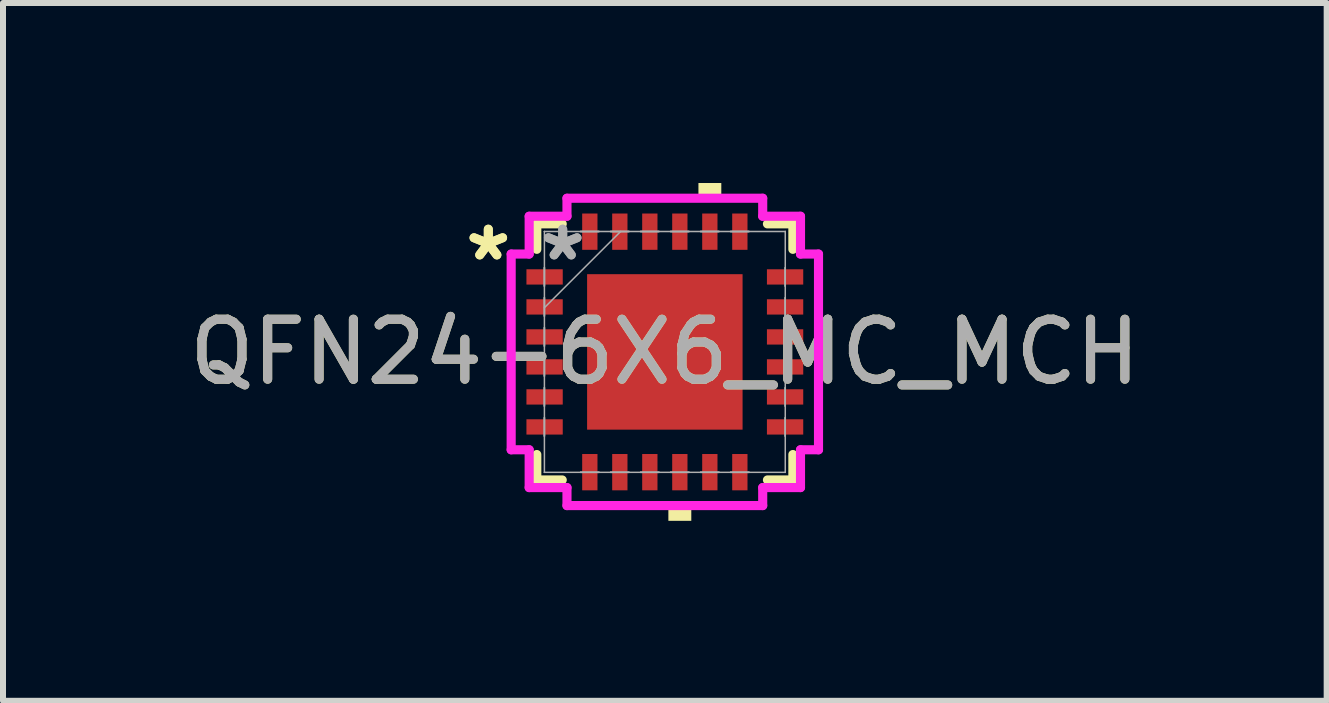
<source format=kicad_pcb>
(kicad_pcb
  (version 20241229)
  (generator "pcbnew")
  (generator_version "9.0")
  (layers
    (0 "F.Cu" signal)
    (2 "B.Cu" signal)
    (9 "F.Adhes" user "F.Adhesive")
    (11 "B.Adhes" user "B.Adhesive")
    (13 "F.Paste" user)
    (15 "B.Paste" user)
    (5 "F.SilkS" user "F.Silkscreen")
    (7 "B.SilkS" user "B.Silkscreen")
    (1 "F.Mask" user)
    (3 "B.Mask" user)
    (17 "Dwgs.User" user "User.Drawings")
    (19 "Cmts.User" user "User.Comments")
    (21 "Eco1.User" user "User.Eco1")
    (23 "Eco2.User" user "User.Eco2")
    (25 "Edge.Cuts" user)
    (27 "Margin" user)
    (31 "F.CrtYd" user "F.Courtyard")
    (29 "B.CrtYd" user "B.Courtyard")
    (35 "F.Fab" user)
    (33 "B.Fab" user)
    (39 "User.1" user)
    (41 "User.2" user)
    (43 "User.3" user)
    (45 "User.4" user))
  (footprint "QFN24-6X6_MC_MCH"
    (layer "F.Cu")
    (at 8.03 2.815)
    (property "Reference" "QFN24-6X6_MC_MCH" (at 0 0 0) (unlocked yes) (layer "F.SilkS") (effects (font (size 1 1) (thickness 0.15))))
    (attr smd)
    (fp_line (start -2.134 -2.134) (end -2.134 -1.71) (stroke (width 0.152) (type solid)) (layer "F.SilkS"))
    (fp_line (start -2.134 1.71) (end -2.134 2.134) (stroke (width 0.152) (type solid)) (layer "F.SilkS"))
    (fp_line (start -2.134 2.134) (end -1.71 2.134) (stroke (width 0.152) (type solid)) (layer "F.SilkS"))
    (fp_line (start -1.71 -2.134) (end -2.134 -2.134) (stroke (width 0.152) (type solid)) (layer "F.SilkS"))
    (fp_line (start 1.71 2.134) (end 2.134 2.134) (stroke (width 0.152) (type solid)) (layer "F.SilkS"))
    (fp_line (start 2.134 -2.134) (end 1.71 -2.134) (stroke (width 0.152) (type solid)) (layer "F.SilkS"))
    (fp_line (start 2.134 -1.71) (end 2.134 -2.134) (stroke (width 0.152) (type solid)) (layer "F.SilkS"))
    (fp_line (start 2.134 2.134) (end 2.134 1.71) (stroke (width 0.152) (type solid)) (layer "F.SilkS"))
    (fp_poly (pts (xy 0.059 2.561) (xy 0.059 2.815) (xy 0.441 2.815) (xy 0.441 2.561)) (stroke (width 0) (type solid)) (fill yes) (layer "F.SilkS"))
    (fp_poly (pts (xy 0.56 -2.561) (xy 0.56 -2.815) (xy 0.941 -2.815) (xy 0.941 -2.561)) (stroke (width 0) (type solid)) (fill yes) (layer "F.SilkS"))
    (fp_poly (pts (xy -1.195 -1.195) (xy -1.195 -0.1) (xy -0.1 -0.1) (xy -0.1 -1.195)) (stroke (width 0) (type solid)) (fill yes) (layer "F.Paste"))
    (fp_poly (pts (xy -1.195 0.1) (xy -1.195 1.195) (xy -0.1 1.195) (xy -0.1 0.1)) (stroke (width 0) (type solid)) (fill yes) (layer "F.Paste"))
    (fp_poly (pts (xy 0.1 -1.195) (xy 0.1 -0.1) (xy 1.195 -0.1) (xy 1.195 -1.195)) (stroke (width 0) (type solid)) (fill yes) (layer "F.Paste"))
    (fp_poly (pts (xy 0.1 0.1) (xy 0.1 1.195) (xy 1.195 1.195) (xy 1.195 0.1)) (stroke (width 0) (type solid)) (fill yes) (layer "F.Paste"))
    (fp_line (start -2.561 -1.631) (end -2.261 -1.631) (stroke (width 0.152) (type solid)) (layer "F.CrtYd"))
    (fp_line (start -2.561 1.631) (end -2.561 -1.631) (stroke (width 0.152) (type solid)) (layer "F.CrtYd"))
    (fp_line (start -2.261 -2.261) (end -1.631 -2.261) (stroke (width 0.152) (type solid)) (layer "F.CrtYd"))
    (fp_line (start -2.261 -1.631) (end -2.261 -2.261) (stroke (width 0.152) (type solid)) (layer "F.CrtYd"))
    (fp_line (start -2.261 1.631) (end -2.561 1.631) (stroke (width 0.152) (type solid)) (layer "F.CrtYd"))
    (fp_line (start -2.261 2.261) (end -2.261 1.631) (stroke (width 0.152) (type solid)) (layer "F.CrtYd"))
    (fp_line (start -1.631 -2.561) (end 1.631 -2.561) (stroke (width 0.152) (type solid)) (layer "F.CrtYd"))
    (fp_line (start -1.631 -2.261) (end -1.631 -2.561) (stroke (width 0.152) (type solid)) (layer "F.CrtYd"))
    (fp_line (start -1.631 2.261) (end -2.261 2.261) (stroke (width 0.152) (type solid)) (layer "F.CrtYd"))
    (fp_line (start -1.631 2.561) (end -1.631 2.261) (stroke (width 0.152) (type solid)) (layer "F.CrtYd"))
    (fp_line (start 1.631 -2.561) (end 1.631 -2.261) (stroke (width 0.152) (type solid)) (layer "F.CrtYd"))
    (fp_line (start 1.631 -2.261) (end 2.261 -2.261) (stroke (width 0.152) (type solid)) (layer "F.CrtYd"))
    (fp_line (start 1.631 2.261) (end 1.631 2.561) (stroke (width 0.152) (type solid)) (layer "F.CrtYd"))
    (fp_line (start 1.631 2.561) (end -1.631 2.561) (stroke (width 0.152) (type solid)) (layer "F.CrtYd"))
    (fp_line (start 2.261 -2.261) (end 2.261 -1.631) (stroke (width 0.152) (type solid)) (layer "F.CrtYd"))
    (fp_line (start 2.261 -1.631) (end 2.561 -1.631) (stroke (width 0.152) (type solid)) (layer "F.CrtYd"))
    (fp_line (start 2.261 1.631) (end 2.261 2.261) (stroke (width 0.152) (type solid)) (layer "F.CrtYd"))
    (fp_line (start 2.261 2.261) (end 1.631 2.261) (stroke (width 0.152) (type solid)) (layer "F.CrtYd"))
    (fp_line (start 2.561 -1.631) (end 2.561 1.631) (stroke (width 0.152) (type solid)) (layer "F.CrtYd"))
    (fp_line (start 2.561 1.631) (end 2.261 1.631) (stroke (width 0.152) (type solid)) (layer "F.CrtYd"))
    (fp_line (start -2.007 -2.007) (end -2.007 -2.007) (stroke (width 0.025) (type solid)) (layer "F.Fab"))
    (fp_line (start -2.007 -2.007) (end -2.007 2.007) (stroke (width 0.025) (type solid)) (layer "F.Fab"))
    (fp_line (start -2.007 -1.402) (end -2.007 -1.402) (stroke (width 0.025) (type solid)) (layer "F.Fab"))
    (fp_line (start -2.007 -1.402) (end -2.007 -1.098) (stroke (width 0.025) (type solid)) (layer "F.Fab"))
    (fp_line (start -2.007 -1.098) (end -2.007 -1.402) (stroke (width 0.025) (type solid)) (layer "F.Fab"))
    (fp_line (start -2.007 -1.098) (end -2.007 -1.098) (stroke (width 0.025) (type solid)) (layer "F.Fab"))
    (fp_line (start -2.007 -0.902) (end -2.007 -0.902) (stroke (width 0.025) (type solid)) (layer "F.Fab"))
    (fp_line (start -2.007 -0.902) (end -2.007 -0.598) (stroke (width 0.025) (type solid)) (layer "F.Fab"))
    (fp_line (start -2.007 -0.737) (end -0.737 -2.007) (stroke (width 0.025) (type solid)) (layer "F.Fab"))
    (fp_line (start -2.007 -0.598) (end -2.007 -0.902) (stroke (width 0.025) (type solid)) (layer "F.Fab"))
    (fp_line (start -2.007 -0.598) (end -2.007 -0.598) (stroke (width 0.025) (type solid)) (layer "F.Fab"))
    (fp_line (start -2.007 -0.402) (end -2.007 -0.402) (stroke (width 0.025) (type solid)) (layer "F.Fab"))
    (fp_line (start -2.007 -0.402) (end -2.007 -0.098) (stroke (width 0.025) (type solid)) (layer "F.Fab"))
    (fp_line (start -2.007 -0.098) (end -2.007 -0.402) (stroke (width 0.025) (type solid)) (layer "F.Fab"))
    (fp_line (start -2.007 -0.098) (end -2.007 -0.098) (stroke (width 0.025) (type solid)) (layer "F.Fab"))
    (fp_line (start -2.007 0.098) (end -2.007 0.098) (stroke (width 0.025) (type solid)) (layer "F.Fab"))
    (fp_line (start -2.007 0.098) (end -2.007 0.402) (stroke (width 0.025) (type solid)) (layer "F.Fab"))
    (fp_line (start -2.007 0.402) (end -2.007 0.098) (stroke (width 0.025) (type solid)) (layer "F.Fab"))
    (fp_line (start -2.007 0.402) (end -2.007 0.402) (stroke (width 0.025) (type solid)) (layer "F.Fab"))
    (fp_line (start -2.007 0.598) (end -2.007 0.598) (stroke (width 0.025) (type solid)) (layer "F.Fab"))
    (fp_line (start -2.007 0.598) (end -2.007 0.902) (stroke (width 0.025) (type solid)) (layer "F.Fab"))
    (fp_line (start -2.007 0.902) (end -2.007 0.598) (stroke (width 0.025) (type solid)) (layer "F.Fab"))
    (fp_line (start -2.007 0.902) (end -2.007 0.902) (stroke (width 0.025) (type solid)) (layer "F.Fab"))
    (fp_line (start -2.007 1.098) (end -2.007 1.098) (stroke (width 0.025) (type solid)) (layer "F.Fab"))
    (fp_line (start -2.007 1.098) (end -2.007 1.402) (stroke (width 0.025) (type solid)) (layer "F.Fab"))
    (fp_line (start -2.007 1.402) (end -2.007 1.098) (stroke (width 0.025) (type solid)) (layer "F.Fab"))
    (fp_line (start -2.007 1.402) (end -2.007 1.402) (stroke (width 0.025) (type solid)) (layer "F.Fab"))
    (fp_line (start -2.007 2.007) (end -2.007 2.007) (stroke (width 0.025) (type solid)) (layer "F.Fab"))
    (fp_line (start -2.007 2.007) (end 2.007 2.007) (stroke (width 0.025) (type solid)) (layer "F.Fab"))
    (fp_line (start -1.402 -2.007) (end -1.402 -2.007) (stroke (width 0.025) (type solid)) (layer "F.Fab"))
    (fp_line (start -1.402 -2.007) (end -1.098 -2.007) (stroke (width 0.025) (type solid)) (layer "F.Fab"))
    (fp_line (start -1.402 2.007) (end -1.402 2.007) (stroke (width 0.025) (type solid)) (layer "F.Fab"))
    (fp_line (start -1.402 2.007) (end -1.098 2.007) (stroke (width 0.025) (type solid)) (layer "F.Fab"))
    (fp_line (start -1.098 -2.007) (end -1.402 -2.007) (stroke (width 0.025) (type solid)) (layer "F.Fab"))
    (fp_line (start -1.098 -2.007) (end -1.098 -2.007) (stroke (width 0.025) (type solid)) (layer "F.Fab"))
    (fp_line (start -1.098 2.007) (end -1.402 2.007) (stroke (width 0.025) (type solid)) (layer "F.Fab"))
    (fp_line (start -1.098 2.007) (end -1.098 2.007) (stroke (width 0.025) (type solid)) (layer "F.Fab"))
    (fp_line (start -0.902 -2.007) (end -0.902 -2.007) (stroke (width 0.025) (type solid)) (layer "F.Fab"))
    (fp_line (start -0.902 -2.007) (end -0.598 -2.007) (stroke (width 0.025) (type solid)) (layer "F.Fab"))
    (fp_line (start -0.902 2.007) (end -0.902 2.007) (stroke (width 0.025) (type solid)) (layer "F.Fab"))
    (fp_line (start -0.902 2.007) (end -0.598 2.007) (stroke (width 0.025) (type solid)) (layer "F.Fab"))
    (fp_line (start -0.598 -2.007) (end -0.902 -2.007) (stroke (width 0.025) (type solid)) (layer "F.Fab"))
    (fp_line (start -0.598 -2.007) (end -0.598 -2.007) (stroke (width 0.025) (type solid)) (layer "F.Fab"))
    (fp_line (start -0.598 2.007) (end -0.902 2.007) (stroke (width 0.025) (type solid)) (layer "F.Fab"))
    (fp_line (start -0.598 2.007) (end -0.598 2.007) (stroke (width 0.025) (type solid)) (layer "F.Fab"))
    (fp_line (start -0.402 -2.007) (end -0.402 -2.007) (stroke (width 0.025) (type solid)) (layer "F.Fab"))
    (fp_line (start -0.402 -2.007) (end -0.098 -2.007) (stroke (width 0.025) (type solid)) (layer "F.Fab"))
    (fp_line (start -0.402 2.007) (end -0.402 2.007) (stroke (width 0.025) (type solid)) (layer "F.Fab"))
    (fp_line (start -0.402 2.007) (end -0.098 2.007) (stroke (width 0.025) (type solid)) (layer "F.Fab"))
    (fp_line (start -0.098 -2.007) (end -0.402 -2.007) (stroke (width 0.025) (type solid)) (layer "F.Fab"))
    (fp_line (start -0.098 -2.007) (end -0.098 -2.007) (stroke (width 0.025) (type solid)) (layer "F.Fab"))
    (fp_line (start -0.098 2.007) (end -0.402 2.007) (stroke (width 0.025) (type solid)) (layer "F.Fab"))
    (fp_line (start -0.098 2.007) (end -0.098 2.007) (stroke (width 0.025) (type solid)) (layer "F.Fab"))
    (fp_line (start 0.098 -2.007) (end 0.098 -2.007) (stroke (width 0.025) (type solid)) (layer "F.Fab"))
    (fp_line (start 0.098 -2.007) (end 0.402 -2.007) (stroke (width 0.025) (type solid)) (layer "F.Fab"))
    (fp_line (start 0.098 2.007) (end 0.098 2.007) (stroke (width 0.025) (type solid)) (layer "F.Fab"))
    (fp_line (start 0.098 2.007) (end 0.402 2.007) (stroke (width 0.025) (type solid)) (layer "F.Fab"))
    (fp_line (start 0.402 -2.007) (end 0.098 -2.007) (stroke (width 0.025) (type solid)) (layer "F.Fab"))
    (fp_line (start 0.402 -2.007) (end 0.402 -2.007) (stroke (width 0.025) (type solid)) (layer "F.Fab"))
    (fp_line (start 0.402 2.007) (end 0.098 2.007) (stroke (width 0.025) (type solid)) (layer "F.Fab"))
    (fp_line (start 0.402 2.007) (end 0.402 2.007) (stroke (width 0.025) (type solid)) (layer "F.Fab"))
    (fp_line (start 0.598 -2.007) (end 0.598 -2.007) (stroke (width 0.025) (type solid)) (layer "F.Fab"))
    (fp_line (start 0.598 -2.007) (end 0.902 -2.007) (stroke (width 0.025) (type solid)) (layer "F.Fab"))
    (fp_line (start 0.598 2.007) (end 0.598 2.007) (stroke (width 0.025) (type solid)) (layer "F.Fab"))
    (fp_line (start 0.598 2.007) (end 0.902 2.007) (stroke (width 0.025) (type solid)) (layer "F.Fab"))
    (fp_line (start 0.902 -2.007) (end 0.598 -2.007) (stroke (width 0.025) (type solid)) (layer "F.Fab"))
    (fp_line (start 0.902 -2.007) (end 0.902 -2.007) (stroke (width 0.025) (type solid)) (layer "F.Fab"))
    (fp_line (start 0.902 2.007) (end 0.598 2.007) (stroke (width 0.025) (type solid)) (layer "F.Fab"))
    (fp_line (start 0.902 2.007) (end 0.902 2.007) (stroke (width 0.025) (type solid)) (layer "F.Fab"))
    (fp_line (start 1.098 -2.007) (end 1.098 -2.007) (stroke (width 0.025) (type solid)) (layer "F.Fab"))
    (fp_line (start 1.098 -2.007) (end 1.402 -2.007) (stroke (width 0.025) (type solid)) (layer "F.Fab"))
    (fp_line (start 1.098 2.007) (end 1.098 2.007) (stroke (width 0.025) (type solid)) (layer "F.Fab"))
    (fp_line (start 1.098 2.007) (end 1.402 2.007) (stroke (width 0.025) (type solid)) (layer "F.Fab"))
    (fp_line (start 1.402 -2.007) (end 1.098 -2.007) (stroke (width 0.025) (type solid)) (layer "F.Fab"))
    (fp_line (start 1.402 -2.007) (end 1.402 -2.007) (stroke (width 0.025) (type solid)) (layer "F.Fab"))
    (fp_line (start 1.402 2.007) (end 1.098 2.007) (stroke (width 0.025) (type solid)) (layer "F.Fab"))
    (fp_line (start 1.402 2.007) (end 1.402 2.007) (stroke (width 0.025) (type solid)) (layer "F.Fab"))
    (fp_line (start 2.007 -2.007) (end -2.007 -2.007) (stroke (width 0.025) (type solid)) (layer "F.Fab"))
    (fp_line (start 2.007 -2.007) (end 2.007 -2.007) (stroke (width 0.025) (type solid)) (layer "F.Fab"))
    (fp_line (start 2.007 -1.402) (end 2.007 -1.402) (stroke (width 0.025) (type solid)) (layer "F.Fab"))
    (fp_line (start 2.007 -1.402) (end 2.007 -1.098) (stroke (width 0.025) (type solid)) (layer "F.Fab"))
    (fp_line (start 2.007 -1.098) (end 2.007 -1.402) (stroke (width 0.025) (type solid)) (layer "F.Fab"))
    (fp_line (start 2.007 -1.098) (end 2.007 -1.098) (stroke (width 0.025) (type solid)) (layer "F.Fab"))
    (fp_line (start 2.007 -0.902) (end 2.007 -0.902) (stroke (width 0.025) (type solid)) (layer "F.Fab"))
    (fp_line (start 2.007 -0.902) (end 2.007 -0.598) (stroke (width 0.025) (type solid)) (layer "F.Fab"))
    (fp_line (start 2.007 -0.598) (end 2.007 -0.902) (stroke (width 0.025) (type solid)) (layer "F.Fab"))
    (fp_line (start 2.007 -0.598) (end 2.007 -0.598) (stroke (width 0.025) (type solid)) (layer "F.Fab"))
    (fp_line (start 2.007 -0.402) (end 2.007 -0.402) (stroke (width 0.025) (type solid)) (layer "F.Fab"))
    (fp_line (start 2.007 -0.402) (end 2.007 -0.098) (stroke (width 0.025) (type solid)) (layer "F.Fab"))
    (fp_line (start 2.007 -0.098) (end 2.007 -0.402) (stroke (width 0.025) (type solid)) (layer "F.Fab"))
    (fp_line (start 2.007 -0.098) (end 2.007 -0.098) (stroke (width 0.025) (type solid)) (layer "F.Fab"))
    (fp_line (start 2.007 0.098) (end 2.007 0.098) (stroke (width 0.025) (type solid)) (layer "F.Fab"))
    (fp_line (start 2.007 0.098) (end 2.007 0.402) (stroke (width 0.025) (type solid)) (layer "F.Fab"))
    (fp_line (start 2.007 0.402) (end 2.007 0.098) (stroke (width 0.025) (type solid)) (layer "F.Fab"))
    (fp_line (start 2.007 0.402) (end 2.007 0.402) (stroke (width 0.025) (type solid)) (layer "F.Fab"))
    (fp_line (start 2.007 0.598) (end 2.007 0.598) (stroke (width 0.025) (type solid)) (layer "F.Fab"))
    (fp_line (start 2.007 0.598) (end 2.007 0.902) (stroke (width 0.025) (type solid)) (layer "F.Fab"))
    (fp_line (start 2.007 0.902) (end 2.007 0.598) (stroke (width 0.025) (type solid)) (layer "F.Fab"))
    (fp_line (start 2.007 0.902) (end 2.007 0.902) (stroke (width 0.025) (type solid)) (layer "F.Fab"))
    (fp_line (start 2.007 1.098) (end 2.007 1.098) (stroke (width 0.025) (type solid)) (layer "F.Fab"))
    (fp_line (start 2.007 1.098) (end 2.007 1.402) (stroke (width 0.025) (type solid)) (layer "F.Fab"))
    (fp_line (start 2.007 1.402) (end 2.007 1.098) (stroke (width 0.025) (type solid)) (layer "F.Fab"))
    (fp_line (start 2.007 1.402) (end 2.007 1.402) (stroke (width 0.025) (type solid)) (layer "F.Fab"))
    (fp_line (start 2.007 2.007) (end 2.007 -2.007) (stroke (width 0.025) (type solid)) (layer "F.Fab"))
    (fp_line (start 2.007 2.007) (end 2.007 2.007) (stroke (width 0.025) (type solid)) (layer "F.Fab"))
    (fp_text user "*" (at -2.942 -1.5 0) (unlocked yes) (layer "F.SilkS") (effects (font (size 1 1) (thickness 0.15))))
    (fp_text user "*" (at -2.942 -1.5 0) (layer "F.SilkS") (effects (font (size 1 1) (thickness 0.15))))
    (fp_text user "*" (at -1.702 -1.5 0) (unlocked yes) (layer "F.Fab") (effects (font (size 1 1) (thickness 0.15))))
    (fp_text user "*" (at -1.702 -1.5 0) (layer "F.Fab") (effects (font (size 1 1) (thickness 0.15))))
    (fp_text user "${REFERENCE}" (at 0 0 0) (unlocked yes) (layer "F.Fab") (effects (font (size 1 1) (thickness 0.15))))
    (pad "1" smd rect (at -2.004 -1.25 90) (size 0.255 0.605) (layers "F.Cu" "F.Mask" "F.Paste"))
    (pad "2" smd rect (at -2.004 -0.75 90) (size 0.255 0.605) (layers "F.Cu" "F.Mask" "F.Paste"))
    (pad "3" smd rect (at -2.004 -0.25 90) (size 0.255 0.605) (layers "F.Cu" "F.Mask" "F.Paste"))
    (pad "4" smd rect (at -2.004 0.25 90) (size 0.255 0.605) (layers "F.Cu" "F.Mask" "F.Paste"))
    (pad "5" smd rect (at -2.004 0.75 90) (size 0.255 0.605) (layers "F.Cu" "F.Mask" "F.Paste"))
    (pad "6" smd rect (at -2.004 1.25 90) (size 0.255 0.605) (layers "F.Cu" "F.Mask" "F.Paste"))
    (pad "7" smd rect (at -1.25 2.004) (size 0.255 0.605) (layers "F.Cu" "F.Mask" "F.Paste"))
    (pad "8" smd rect (at -0.75 2.004) (size 0.255 0.605) (layers "F.Cu" "F.Mask" "F.Paste"))
    (pad "9" smd rect (at -0.25 2.004) (size 0.255 0.605) (layers "F.Cu" "F.Mask" "F.Paste"))
    (pad "10" smd rect (at 0.25 2.004) (size 0.255 0.605) (layers "F.Cu" "F.Mask" "F.Paste"))
    (pad "11" smd rect (at 0.75 2.004) (size 0.255 0.605) (layers "F.Cu" "F.Mask" "F.Paste"))
    (pad "12" smd rect (at 1.25 2.004) (size 0.255 0.605) (layers "F.Cu" "F.Mask" "F.Paste"))
    (pad "13" smd rect (at 2.004 1.25 90) (size 0.255 0.605) (layers "F.Cu" "F.Mask" "F.Paste"))
    (pad "14" smd rect (at 2.004 0.75 90) (size 0.255 0.605) (layers "F.Cu" "F.Mask" "F.Paste"))
    (pad "15" smd rect (at 2.004 0.25 90) (size 0.255 0.605) (layers "F.Cu" "F.Mask" "F.Paste"))
    (pad "16" smd rect (at 2.004 -0.25 90) (size 0.255 0.605) (layers "F.Cu" "F.Mask" "F.Paste"))
    (pad "17" smd rect (at 2.004 -0.75 90) (size 0.255 0.605) (layers "F.Cu" "F.Mask" "F.Paste"))
    (pad "18" smd rect (at 2.004 -1.25 90) (size 0.255 0.605) (layers "F.Cu" "F.Mask" "F.Paste"))
    (pad "19" smd rect (at 1.25 -2.004) (size 0.255 0.605) (layers "F.Cu" "F.Mask" "F.Paste"))
    (pad "20" smd rect (at 0.75 -2.004) (size 0.255 0.605) (layers "F.Cu" "F.Mask" "F.Paste"))
    (pad "21" smd rect (at 0.25 -2.004) (size 0.255 0.605) (layers "F.Cu" "F.Mask" "F.Paste"))
    (pad "22" smd rect (at -0.25 -2.004) (size 0.255 0.605) (layers "F.Cu" "F.Mask" "F.Paste"))
    (pad "23" smd rect (at -0.75 -2.004) (size 0.255 0.605) (layers "F.Cu" "F.Mask" "F.Paste"))
    (pad "24" smd rect (at -1.25 -2.004) (size 0.255 0.605) (layers "F.Cu" "F.Mask" "F.Paste"))
    (pad "25" smd rect (at 0 0) (size 2.591 2.591) (layers "F.Cu" "F.Mask" "F.Paste")))
  (gr_rect
    (start -3 -3)
    (end 19.06 8.629)
    (stroke (width 0.1) (type default))
    (fill no)
    (layer "Edge.Cuts")))
</source>
